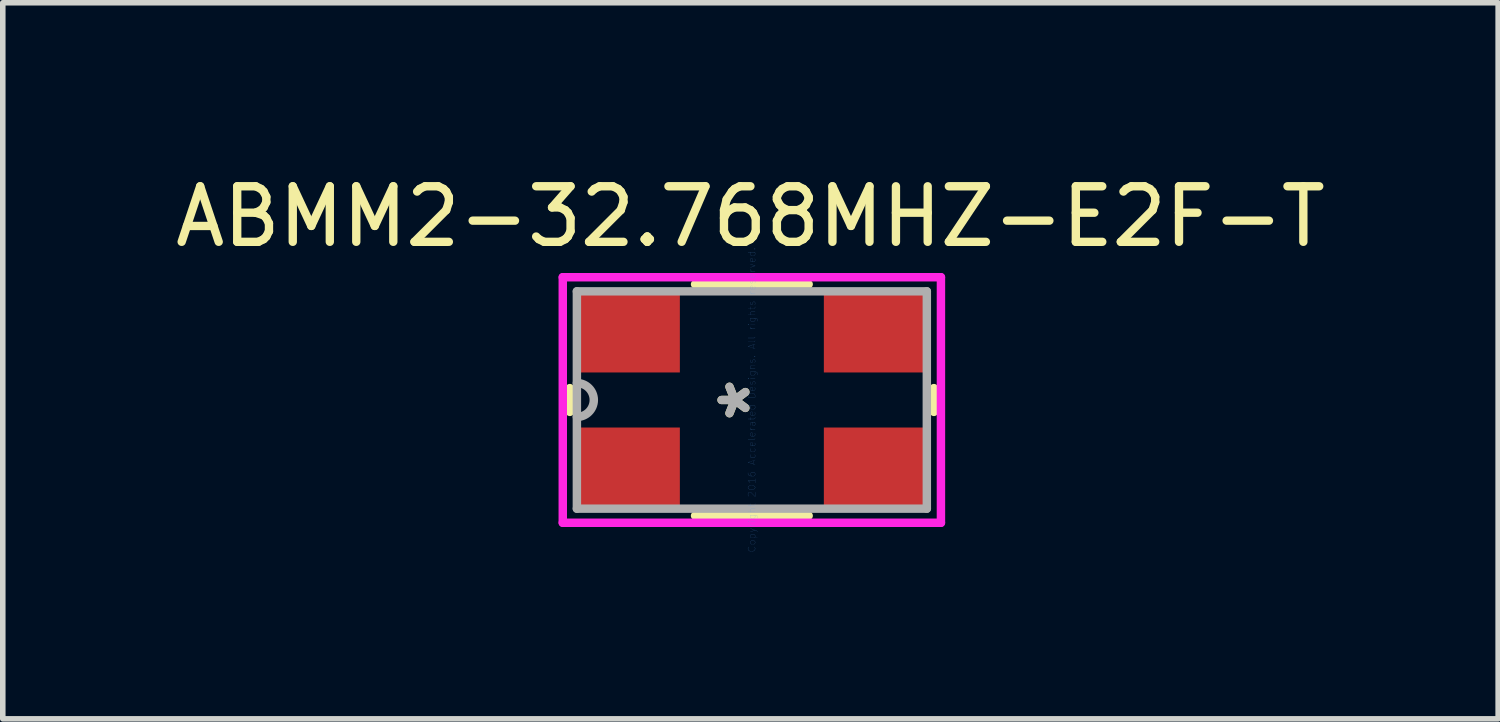
<source format=kicad_pcb>
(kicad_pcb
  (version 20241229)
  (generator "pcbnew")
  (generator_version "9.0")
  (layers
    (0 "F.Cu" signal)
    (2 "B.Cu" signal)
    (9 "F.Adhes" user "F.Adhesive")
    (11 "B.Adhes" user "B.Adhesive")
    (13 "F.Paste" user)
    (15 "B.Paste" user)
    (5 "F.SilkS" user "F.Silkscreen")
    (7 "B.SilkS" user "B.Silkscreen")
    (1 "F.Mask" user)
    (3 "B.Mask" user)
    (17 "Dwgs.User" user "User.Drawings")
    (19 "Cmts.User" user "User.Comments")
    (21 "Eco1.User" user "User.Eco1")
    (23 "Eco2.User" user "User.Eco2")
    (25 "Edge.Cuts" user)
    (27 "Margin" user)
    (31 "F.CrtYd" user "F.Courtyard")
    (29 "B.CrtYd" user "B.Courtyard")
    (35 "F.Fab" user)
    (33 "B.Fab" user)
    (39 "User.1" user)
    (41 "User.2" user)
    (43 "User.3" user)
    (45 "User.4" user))
  (footprint "ABMM2-32.768MHZ-E2F-T"
    (layer "F.Cu")
    (at 10.458 4.15)
    (property "Reference" "ABMM2-32.768MHZ-E2F-T" (at 0 -3.302 180) (layer "F.SilkS") (effects (font (size 1 1) (thickness 0.15))))
    (attr through_hole)
    (fp_line (start -3.251 -0.214) (end -3.251 0.214) (stroke (width 0.152) (type solid)) (layer "F.SilkS"))
    (fp_line (start -0.997 2.083) (end 1.048 2.083) (stroke (width 0.152) (type solid)) (layer "F.SilkS"))
    (fp_line (start 1.048 -2.083) (end -0.997 -2.083) (stroke (width 0.152) (type solid)) (layer "F.SilkS"))
    (fp_line (start 3.302 0.214) (end 3.302 -0.214) (stroke (width 0.152) (type solid)) (layer "F.SilkS"))
    (fp_line (start -3.378 -2.21) (end 3.429 -2.21) (stroke (width 0.152) (type solid)) (layer "F.CrtYd"))
    (fp_line (start -3.378 2.21) (end -3.378 -2.21) (stroke (width 0.152) (type solid)) (layer "F.CrtYd"))
    (fp_line (start 3.429 -2.21) (end 3.429 2.21) (stroke (width 0.152) (type solid)) (layer "F.CrtYd"))
    (fp_line (start 3.429 2.21) (end -3.378 2.21) (stroke (width 0.152) (type solid)) (layer "F.CrtYd"))
    (fp_line (start -3.124 -1.956) (end -3.124 1.956) (stroke (width 0.152) (type solid)) (layer "F.Fab"))
    (fp_line (start -3.124 1.956) (end 3.175 1.956) (stroke (width 0.152) (type solid)) (layer "F.Fab"))
    (fp_line (start 3.175 -1.956) (end -3.124 -1.956) (stroke (width 0.152) (type solid)) (layer "F.Fab"))
    (fp_line (start 3.175 1.956) (end 3.175 -1.956) (stroke (width 0.152) (type solid)) (layer "F.Fab"))
    (fp_arc (start -3.1242 -0.3048) (mid -2.8194 0) (end -3.1242 0.3048) (stroke (width 0.1524) (type solid)) (layer "F.Fab"))
    (fp_text user "*" (at 0.025 0 90) (layer "F.SilkS") (effects (font (size 1 1) (thickness 0.15))))
    (fp_text user "Copyright 2016 Accelerated Designs. All rights reserved." (at 0.025 0 90) (layer "Cmts.User") (effects (font (size 0.127 0.127) (thickness 0.002))))
    (fp_text user "*" (at 0.025 0 90) (layer "F.Fab") (effects (font (size 1 1) (thickness 0.15))))
    (pad "1" smd rect (at -2.172 1.194 90) (size 1.397 1.803) (layers "F.Cu" "F.Mask" "F.Paste"))
    (pad "2" smd rect (at 2.223 1.194 90) (size 1.397 1.803) (layers "F.Cu" "F.Mask" "F.Paste"))
    (pad "3" smd rect (at 2.223 -1.194 90) (size 1.397 1.803) (layers "F.Cu" "F.Mask" "F.Paste"))
    (pad "4" smd rect (at -2.172 -1.194 90) (size 1.397 1.803) (layers "F.Cu" "F.Mask" "F.Paste")))
  (gr_rect
    (start -3 -3)
    (end 23.917 9.889)
    (stroke (width 0.1) (type default))
    (fill no)
    (layer "Edge.Cuts")))
</source>
